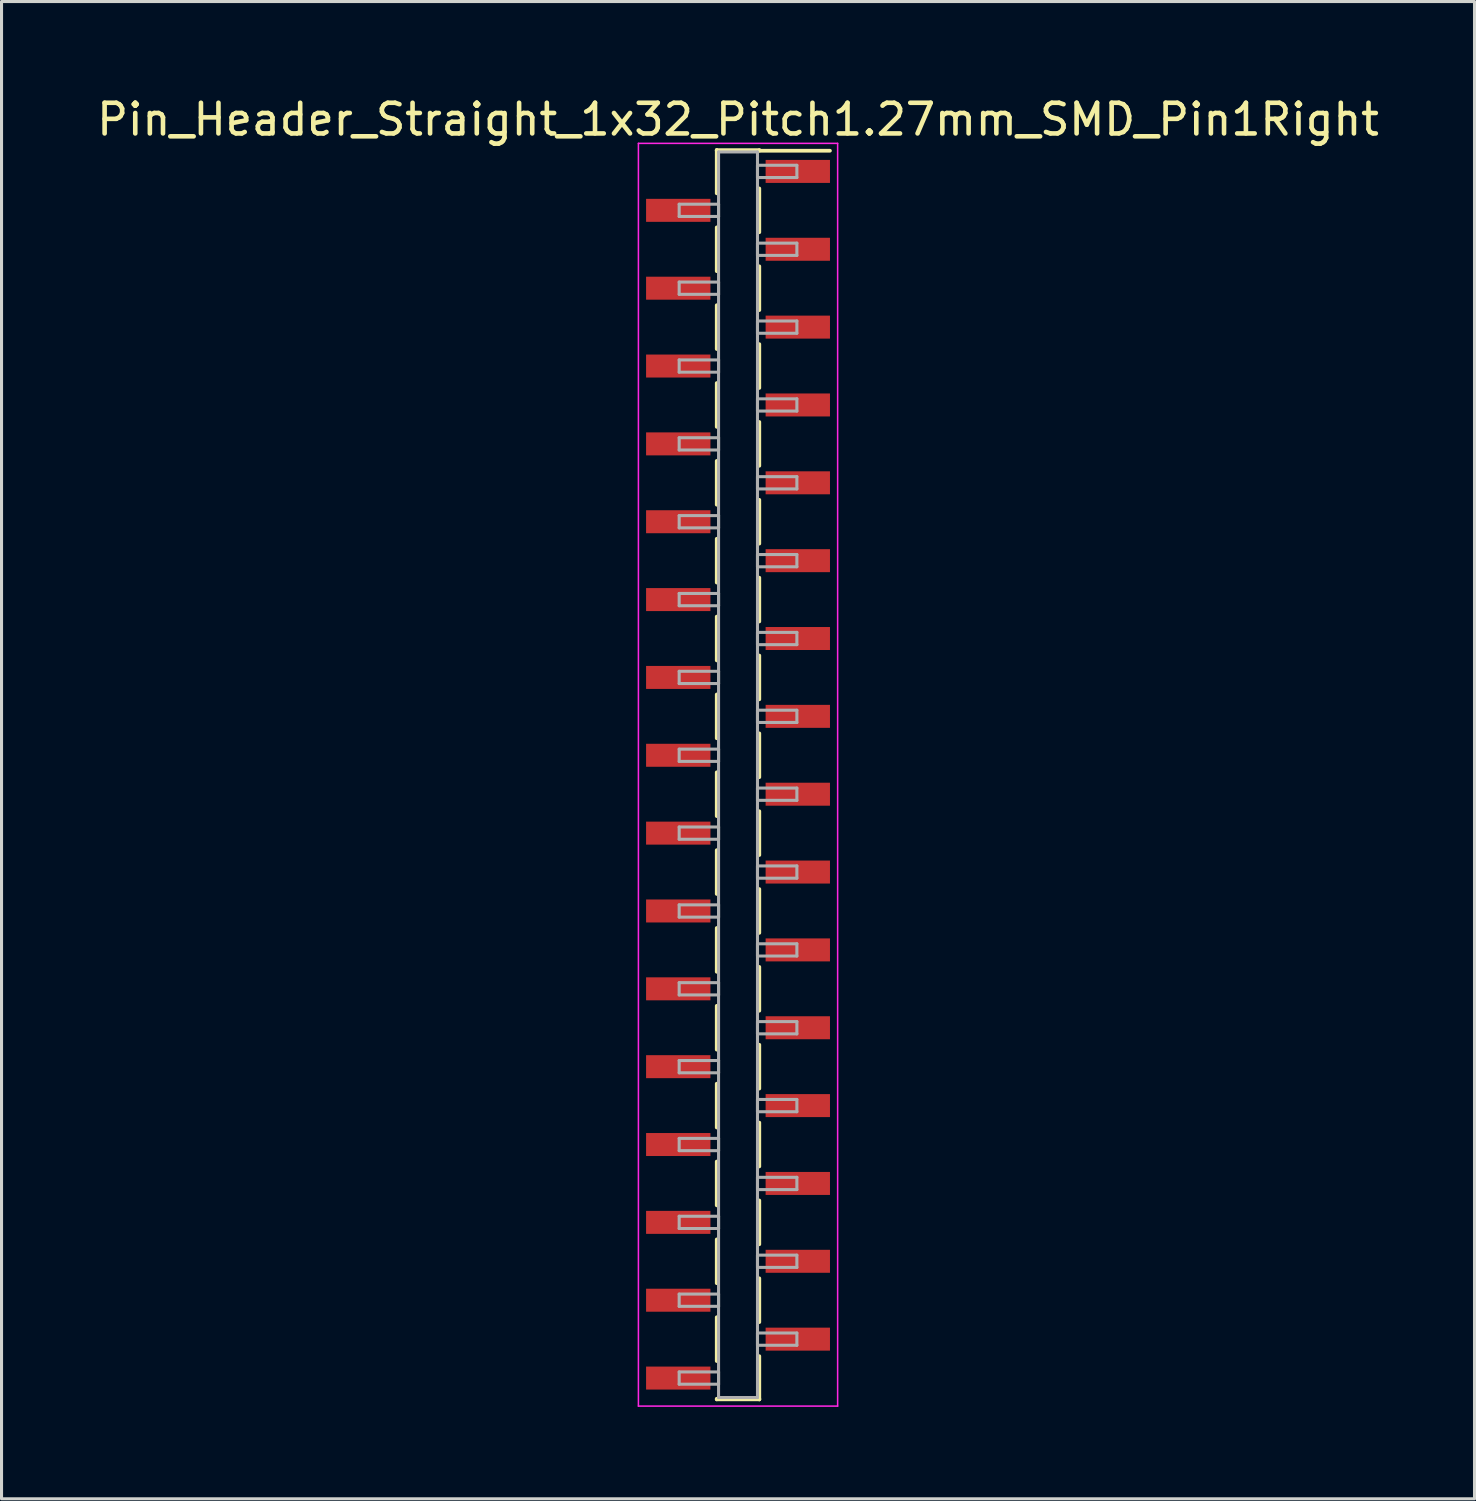
<source format=kicad_pcb>
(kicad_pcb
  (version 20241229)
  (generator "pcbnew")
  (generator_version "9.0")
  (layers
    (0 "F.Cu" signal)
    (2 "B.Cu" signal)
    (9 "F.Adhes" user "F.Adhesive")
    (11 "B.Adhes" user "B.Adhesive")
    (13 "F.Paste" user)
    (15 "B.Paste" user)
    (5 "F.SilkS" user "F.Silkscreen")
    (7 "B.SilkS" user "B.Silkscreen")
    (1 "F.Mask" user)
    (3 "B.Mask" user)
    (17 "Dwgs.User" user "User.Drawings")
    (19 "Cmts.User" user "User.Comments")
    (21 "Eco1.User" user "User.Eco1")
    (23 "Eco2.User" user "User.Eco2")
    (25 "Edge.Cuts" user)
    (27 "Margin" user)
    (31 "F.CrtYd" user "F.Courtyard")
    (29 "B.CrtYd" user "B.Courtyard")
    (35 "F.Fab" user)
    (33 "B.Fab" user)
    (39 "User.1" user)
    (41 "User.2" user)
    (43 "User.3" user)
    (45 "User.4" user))
  (footprint "Pin_Header_Straight_1x32_Pitch1.27mm_SMD_Pin1Right"
    (layer "F.Cu")
    (at 21.03 22.228)
    (property "Reference" "Pin_Header_Straight_1x32_Pitch1.27mm_SMD_Pin1Right" (at 0 -21.38 0) (layer "F.SilkS") (effects (font (size 1 1) (thickness 0.15))))
    (attr smd)
    (fp_line (start -0.695 -20.38) (end -0.695 -18.97) (stroke (width 0.12) (type solid)) (layer "F.SilkS"))
    (fp_line (start -0.695 -20.38) (end 0.695 -20.38) (stroke (width 0.12) (type solid)) (layer "F.SilkS"))
    (fp_line (start -0.695 -20.36) (end -0.695 -20.38) (stroke (width 0.12) (type solid)) (layer "F.SilkS"))
    (fp_line (start -0.695 -17.86) (end -0.695 -16.43) (stroke (width 0.12) (type solid)) (layer "F.SilkS"))
    (fp_line (start -0.695 -15.32) (end -0.695 -13.89) (stroke (width 0.12) (type solid)) (layer "F.SilkS"))
    (fp_line (start -0.695 -12.78) (end -0.695 -11.35) (stroke (width 0.12) (type solid)) (layer "F.SilkS"))
    (fp_line (start -0.695 -10.24) (end -0.695 -8.81) (stroke (width 0.12) (type solid)) (layer "F.SilkS"))
    (fp_line (start -0.695 -7.7) (end -0.695 -6.27) (stroke (width 0.12) (type solid)) (layer "F.SilkS"))
    (fp_line (start -0.695 -5.16) (end -0.695 -3.73) (stroke (width 0.12) (type solid)) (layer "F.SilkS"))
    (fp_line (start -0.695 -2.62) (end -0.695 -1.19) (stroke (width 0.12) (type solid)) (layer "F.SilkS"))
    (fp_line (start -0.695 -0.08) (end -0.695 1.35) (stroke (width 0.12) (type solid)) (layer "F.SilkS"))
    (fp_line (start -0.695 2.46) (end -0.695 3.89) (stroke (width 0.12) (type solid)) (layer "F.SilkS"))
    (fp_line (start -0.695 5) (end -0.695 6.43) (stroke (width 0.12) (type solid)) (layer "F.SilkS"))
    (fp_line (start -0.695 7.54) (end -0.695 8.97) (stroke (width 0.12) (type solid)) (layer "F.SilkS"))
    (fp_line (start -0.695 10.08) (end -0.695 11.51) (stroke (width 0.12) (type solid)) (layer "F.SilkS"))
    (fp_line (start -0.695 12.62) (end -0.695 14.05) (stroke (width 0.12) (type solid)) (layer "F.SilkS"))
    (fp_line (start -0.695 15.16) (end -0.695 16.59) (stroke (width 0.12) (type solid)) (layer "F.SilkS"))
    (fp_line (start -0.695 17.7) (end -0.695 19.13) (stroke (width 0.12) (type solid)) (layer "F.SilkS"))
    (fp_line (start -0.695 20.36) (end -0.695 20.38) (stroke (width 0.12) (type solid)) (layer "F.SilkS"))
    (fp_line (start -0.695 20.38) (end 0.695 20.38) (stroke (width 0.12) (type solid)) (layer "F.SilkS"))
    (fp_line (start 0.695 -20.38) (end 0.695 -20.36) (stroke (width 0.12) (type solid)) (layer "F.SilkS"))
    (fp_line (start 0.695 -20.36) (end 3 -20.36) (stroke (width 0.12) (type solid)) (layer "F.SilkS"))
    (fp_line (start 0.695 -19.13) (end 0.695 -17.7) (stroke (width 0.12) (type solid)) (layer "F.SilkS"))
    (fp_line (start 0.695 -16.59) (end 0.695 -15.16) (stroke (width 0.12) (type solid)) (layer "F.SilkS"))
    (fp_line (start 0.695 -14.05) (end 0.695 -12.62) (stroke (width 0.12) (type solid)) (layer "F.SilkS"))
    (fp_line (start 0.695 -11.51) (end 0.695 -10.08) (stroke (width 0.12) (type solid)) (layer "F.SilkS"))
    (fp_line (start 0.695 -8.97) (end 0.695 -7.54) (stroke (width 0.12) (type solid)) (layer "F.SilkS"))
    (fp_line (start 0.695 -6.43) (end 0.695 -5) (stroke (width 0.12) (type solid)) (layer "F.SilkS"))
    (fp_line (start 0.695 -3.89) (end 0.695 -2.46) (stroke (width 0.12) (type solid)) (layer "F.SilkS"))
    (fp_line (start 0.695 -1.35) (end 0.695 0.08) (stroke (width 0.12) (type solid)) (layer "F.SilkS"))
    (fp_line (start 0.695 1.19) (end 0.695 2.62) (stroke (width 0.12) (type solid)) (layer "F.SilkS"))
    (fp_line (start 0.695 3.73) (end 0.695 5.16) (stroke (width 0.12) (type solid)) (layer "F.SilkS"))
    (fp_line (start 0.695 6.27) (end 0.695 7.7) (stroke (width 0.12) (type solid)) (layer "F.SilkS"))
    (fp_line (start 0.695 8.81) (end 0.695 10.24) (stroke (width 0.12) (type solid)) (layer "F.SilkS"))
    (fp_line (start 0.695 11.35) (end 0.695 12.78) (stroke (width 0.12) (type solid)) (layer "F.SilkS"))
    (fp_line (start 0.695 13.89) (end 0.695 15.32) (stroke (width 0.12) (type solid)) (layer "F.SilkS"))
    (fp_line (start 0.695 16.43) (end 0.695 17.86) (stroke (width 0.12) (type solid)) (layer "F.SilkS"))
    (fp_line (start 0.695 18.97) (end 0.695 20.38) (stroke (width 0.12) (type solid)) (layer "F.SilkS"))
    (fp_line (start 0.695 20.38) (end 0.695 20.36) (stroke (width 0.12) (type solid)) (layer "F.SilkS"))
    (fp_line (start -3.25 -20.6) (end -3.25 20.6) (stroke (width 0.05) (type solid)) (layer "F.CrtYd"))
    (fp_line (start -3.25 20.6) (end 3.25 20.6) (stroke (width 0.05) (type solid)) (layer "F.CrtYd"))
    (fp_line (start 3.25 -20.6) (end -3.25 -20.6) (stroke (width 0.05) (type solid)) (layer "F.CrtYd"))
    (fp_line (start 3.25 20.6) (end 3.25 -20.6) (stroke (width 0.05) (type solid)) (layer "F.CrtYd"))
    (fp_line (start -1.92 -18.615) (end -0.635 -18.615) (stroke (width 0.1) (type solid)) (layer "F.Fab"))
    (fp_line (start -1.92 -18.215) (end -1.92 -18.615) (stroke (width 0.1) (type solid)) (layer "F.Fab"))
    (fp_line (start -1.92 -16.075) (end -0.635 -16.075) (stroke (width 0.1) (type solid)) (layer "F.Fab"))
    (fp_line (start -1.92 -15.675) (end -1.92 -16.075) (stroke (width 0.1) (type solid)) (layer "F.Fab"))
    (fp_line (start -1.92 -13.535) (end -0.635 -13.535) (stroke (width 0.1) (type solid)) (layer "F.Fab"))
    (fp_line (start -1.92 -13.135) (end -1.92 -13.535) (stroke (width 0.1) (type solid)) (layer "F.Fab"))
    (fp_line (start -1.92 -10.995) (end -0.635 -10.995) (stroke (width 0.1) (type solid)) (layer "F.Fab"))
    (fp_line (start -1.92 -10.595) (end -1.92 -10.995) (stroke (width 0.1) (type solid)) (layer "F.Fab"))
    (fp_line (start -1.92 -8.455) (end -0.635 -8.455) (stroke (width 0.1) (type solid)) (layer "F.Fab"))
    (fp_line (start -1.92 -8.055) (end -1.92 -8.455) (stroke (width 0.1) (type solid)) (layer "F.Fab"))
    (fp_line (start -1.92 -5.915) (end -0.635 -5.915) (stroke (width 0.1) (type solid)) (layer "F.Fab"))
    (fp_line (start -1.92 -5.515) (end -1.92 -5.915) (stroke (width 0.1) (type solid)) (layer "F.Fab"))
    (fp_line (start -1.92 -3.375) (end -0.635 -3.375) (stroke (width 0.1) (type solid)) (layer "F.Fab"))
    (fp_line (start -1.92 -2.975) (end -1.92 -3.375) (stroke (width 0.1) (type solid)) (layer "F.Fab"))
    (fp_line (start -1.92 -0.835) (end -0.635 -0.835) (stroke (width 0.1) (type solid)) (layer "F.Fab"))
    (fp_line (start -1.92 -0.435) (end -1.92 -0.835) (stroke (width 0.1) (type solid)) (layer "F.Fab"))
    (fp_line (start -1.92 1.705) (end -0.635 1.705) (stroke (width 0.1) (type solid)) (layer "F.Fab"))
    (fp_line (start -1.92 2.105) (end -1.92 1.705) (stroke (width 0.1) (type solid)) (layer "F.Fab"))
    (fp_line (start -1.92 4.245) (end -0.635 4.245) (stroke (width 0.1) (type solid)) (layer "F.Fab"))
    (fp_line (start -1.92 4.645) (end -1.92 4.245) (stroke (width 0.1) (type solid)) (layer "F.Fab"))
    (fp_line (start -1.92 6.785) (end -0.635 6.785) (stroke (width 0.1) (type solid)) (layer "F.Fab"))
    (fp_line (start -1.92 7.185) (end -1.92 6.785) (stroke (width 0.1) (type solid)) (layer "F.Fab"))
    (fp_line (start -1.92 9.325) (end -0.635 9.325) (stroke (width 0.1) (type solid)) (layer "F.Fab"))
    (fp_line (start -1.92 9.725) (end -1.92 9.325) (stroke (width 0.1) (type solid)) (layer "F.Fab"))
    (fp_line (start -1.92 11.865) (end -0.635 11.865) (stroke (width 0.1) (type solid)) (layer "F.Fab"))
    (fp_line (start -1.92 12.265) (end -1.92 11.865) (stroke (width 0.1) (type solid)) (layer "F.Fab"))
    (fp_line (start -1.92 14.405) (end -0.635 14.405) (stroke (width 0.1) (type solid)) (layer "F.Fab"))
    (fp_line (start -1.92 14.805) (end -1.92 14.405) (stroke (width 0.1) (type solid)) (layer "F.Fab"))
    (fp_line (start -1.92 16.945) (end -0.635 16.945) (stroke (width 0.1) (type solid)) (layer "F.Fab"))
    (fp_line (start -1.92 17.345) (end -1.92 16.945) (stroke (width 0.1) (type solid)) (layer "F.Fab"))
    (fp_line (start -1.92 19.485) (end -0.635 19.485) (stroke (width 0.1) (type solid)) (layer "F.Fab"))
    (fp_line (start -1.92 19.885) (end -1.92 19.485) (stroke (width 0.1) (type solid)) (layer "F.Fab"))
    (fp_line (start -0.635 -20.32) (end -0.635 20.32) (stroke (width 0.1) (type solid)) (layer "F.Fab"))
    (fp_line (start -0.635 -18.615) (end -0.635 -18.215) (stroke (width 0.1) (type solid)) (layer "F.Fab"))
    (fp_line (start -0.635 -18.215) (end -1.92 -18.215) (stroke (width 0.1) (type solid)) (layer "F.Fab"))
    (fp_line (start -0.635 -16.075) (end -0.635 -15.675) (stroke (width 0.1) (type solid)) (layer "F.Fab"))
    (fp_line (start -0.635 -15.675) (end -1.92 -15.675) (stroke (width 0.1) (type solid)) (layer "F.Fab"))
    (fp_line (start -0.635 -13.535) (end -0.635 -13.135) (stroke (width 0.1) (type solid)) (layer "F.Fab"))
    (fp_line (start -0.635 -13.135) (end -1.92 -13.135) (stroke (width 0.1) (type solid)) (layer "F.Fab"))
    (fp_line (start -0.635 -10.995) (end -0.635 -10.595) (stroke (width 0.1) (type solid)) (layer "F.Fab"))
    (fp_line (start -0.635 -10.595) (end -1.92 -10.595) (stroke (width 0.1) (type solid)) (layer "F.Fab"))
    (fp_line (start -0.635 -8.455) (end -0.635 -8.055) (stroke (width 0.1) (type solid)) (layer "F.Fab"))
    (fp_line (start -0.635 -8.055) (end -1.92 -8.055) (stroke (width 0.1) (type solid)) (layer "F.Fab"))
    (fp_line (start -0.635 -5.915) (end -0.635 -5.515) (stroke (width 0.1) (type solid)) (layer "F.Fab"))
    (fp_line (start -0.635 -5.515) (end -1.92 -5.515) (stroke (width 0.1) (type solid)) (layer "F.Fab"))
    (fp_line (start -0.635 -3.375) (end -0.635 -2.975) (stroke (width 0.1) (type solid)) (layer "F.Fab"))
    (fp_line (start -0.635 -2.975) (end -1.92 -2.975) (stroke (width 0.1) (type solid)) (layer "F.Fab"))
    (fp_line (start -0.635 -0.835) (end -0.635 -0.435) (stroke (width 0.1) (type solid)) (layer "F.Fab"))
    (fp_line (start -0.635 -0.435) (end -1.92 -0.435) (stroke (width 0.1) (type solid)) (layer "F.Fab"))
    (fp_line (start -0.635 1.705) (end -0.635 2.105) (stroke (width 0.1) (type solid)) (layer "F.Fab"))
    (fp_line (start -0.635 2.105) (end -1.92 2.105) (stroke (width 0.1) (type solid)) (layer "F.Fab"))
    (fp_line (start -0.635 4.245) (end -0.635 4.645) (stroke (width 0.1) (type solid)) (layer "F.Fab"))
    (fp_line (start -0.635 4.645) (end -1.92 4.645) (stroke (width 0.1) (type solid)) (layer "F.Fab"))
    (fp_line (start -0.635 6.785) (end -0.635 7.185) (stroke (width 0.1) (type solid)) (layer "F.Fab"))
    (fp_line (start -0.635 7.185) (end -1.92 7.185) (stroke (width 0.1) (type solid)) (layer "F.Fab"))
    (fp_line (start -0.635 9.325) (end -0.635 9.725) (stroke (width 0.1) (type solid)) (layer "F.Fab"))
    (fp_line (start -0.635 9.725) (end -1.92 9.725) (stroke (width 0.1) (type solid)) (layer "F.Fab"))
    (fp_line (start -0.635 11.865) (end -0.635 12.265) (stroke (width 0.1) (type solid)) (layer "F.Fab"))
    (fp_line (start -0.635 12.265) (end -1.92 12.265) (stroke (width 0.1) (type solid)) (layer "F.Fab"))
    (fp_line (start -0.635 14.405) (end -0.635 14.805) (stroke (width 0.1) (type solid)) (layer "F.Fab"))
    (fp_line (start -0.635 14.805) (end -1.92 14.805) (stroke (width 0.1) (type solid)) (layer "F.Fab"))
    (fp_line (start -0.635 16.945) (end -0.635 17.345) (stroke (width 0.1) (type solid)) (layer "F.Fab"))
    (fp_line (start -0.635 17.345) (end -1.92 17.345) (stroke (width 0.1) (type solid)) (layer "F.Fab"))
    (fp_line (start -0.635 19.485) (end -0.635 19.885) (stroke (width 0.1) (type solid)) (layer "F.Fab"))
    (fp_line (start -0.635 19.885) (end -1.92 19.885) (stroke (width 0.1) (type solid)) (layer "F.Fab"))
    (fp_line (start -0.635 20.32) (end 0.635 20.32) (stroke (width 0.1) (type solid)) (layer "F.Fab"))
    (fp_line (start 0.635 -20.32) (end -0.635 -20.32) (stroke (width 0.1) (type solid)) (layer "F.Fab"))
    (fp_line (start 0.635 -19.885) (end 0.635 -19.485) (stroke (width 0.1) (type solid)) (layer "F.Fab"))
    (fp_line (start 0.635 -19.485) (end 1.92 -19.485) (stroke (width 0.1) (type solid)) (layer "F.Fab"))
    (fp_line (start 0.635 -17.345) (end 0.635 -16.945) (stroke (width 0.1) (type solid)) (layer "F.Fab"))
    (fp_line (start 0.635 -16.945) (end 1.92 -16.945) (stroke (width 0.1) (type solid)) (layer "F.Fab"))
    (fp_line (start 0.635 -14.805) (end 0.635 -14.405) (stroke (width 0.1) (type solid)) (layer "F.Fab"))
    (fp_line (start 0.635 -14.405) (end 1.92 -14.405) (stroke (width 0.1) (type solid)) (layer "F.Fab"))
    (fp_line (start 0.635 -12.265) (end 0.635 -11.865) (stroke (width 0.1) (type solid)) (layer "F.Fab"))
    (fp_line (start 0.635 -11.865) (end 1.92 -11.865) (stroke (width 0.1) (type solid)) (layer "F.Fab"))
    (fp_line (start 0.635 -9.725) (end 0.635 -9.325) (stroke (width 0.1) (type solid)) (layer "F.Fab"))
    (fp_line (start 0.635 -9.325) (end 1.92 -9.325) (stroke (width 0.1) (type solid)) (layer "F.Fab"))
    (fp_line (start 0.635 -7.185) (end 0.635 -6.785) (stroke (width 0.1) (type solid)) (layer "F.Fab"))
    (fp_line (start 0.635 -6.785) (end 1.92 -6.785) (stroke (width 0.1) (type solid)) (layer "F.Fab"))
    (fp_line (start 0.635 -4.645) (end 0.635 -4.245) (stroke (width 0.1) (type solid)) (layer "F.Fab"))
    (fp_line (start 0.635 -4.245) (end 1.92 -4.245) (stroke (width 0.1) (type solid)) (layer "F.Fab"))
    (fp_line (start 0.635 -2.105) (end 0.635 -1.705) (stroke (width 0.1) (type solid)) (layer "F.Fab"))
    (fp_line (start 0.635 -1.705) (end 1.92 -1.705) (stroke (width 0.1) (type solid)) (layer "F.Fab"))
    (fp_line (start 0.635 0.435) (end 0.635 0.835) (stroke (width 0.1) (type solid)) (layer "F.Fab"))
    (fp_line (start 0.635 0.835) (end 1.92 0.835) (stroke (width 0.1) (type solid)) (layer "F.Fab"))
    (fp_line (start 0.635 2.975) (end 0.635 3.375) (stroke (width 0.1) (type solid)) (layer "F.Fab"))
    (fp_line (start 0.635 3.375) (end 1.92 3.375) (stroke (width 0.1) (type solid)) (layer "F.Fab"))
    (fp_line (start 0.635 5.515) (end 0.635 5.915) (stroke (width 0.1) (type solid)) (layer "F.Fab"))
    (fp_line (start 0.635 5.915) (end 1.92 5.915) (stroke (width 0.1) (type solid)) (layer "F.Fab"))
    (fp_line (start 0.635 8.055) (end 0.635 8.455) (stroke (width 0.1) (type solid)) (layer "F.Fab"))
    (fp_line (start 0.635 8.455) (end 1.92 8.455) (stroke (width 0.1) (type solid)) (layer "F.Fab"))
    (fp_line (start 0.635 10.595) (end 0.635 10.995) (stroke (width 0.1) (type solid)) (layer "F.Fab"))
    (fp_line (start 0.635 10.995) (end 1.92 10.995) (stroke (width 0.1) (type solid)) (layer "F.Fab"))
    (fp_line (start 0.635 13.135) (end 0.635 13.535) (stroke (width 0.1) (type solid)) (layer "F.Fab"))
    (fp_line (start 0.635 13.535) (end 1.92 13.535) (stroke (width 0.1) (type solid)) (layer "F.Fab"))
    (fp_line (start 0.635 15.675) (end 0.635 16.075) (stroke (width 0.1) (type solid)) (layer "F.Fab"))
    (fp_line (start 0.635 16.075) (end 1.92 16.075) (stroke (width 0.1) (type solid)) (layer "F.Fab"))
    (fp_line (start 0.635 18.215) (end 0.635 18.615) (stroke (width 0.1) (type solid)) (layer "F.Fab"))
    (fp_line (start 0.635 18.615) (end 1.92 18.615) (stroke (width 0.1) (type solid)) (layer "F.Fab"))
    (fp_line (start 0.635 20.32) (end 0.635 -20.32) (stroke (width 0.1) (type solid)) (layer "F.Fab"))
    (fp_line (start 1.92 -19.885) (end 0.635 -19.885) (stroke (width 0.1) (type solid)) (layer "F.Fab"))
    (fp_line (start 1.92 -19.485) (end 1.92 -19.885) (stroke (width 0.1) (type solid)) (layer "F.Fab"))
    (fp_line (start 1.92 -17.345) (end 0.635 -17.345) (stroke (width 0.1) (type solid)) (layer "F.Fab"))
    (fp_line (start 1.92 -16.945) (end 1.92 -17.345) (stroke (width 0.1) (type solid)) (layer "F.Fab"))
    (fp_line (start 1.92 -14.805) (end 0.635 -14.805) (stroke (width 0.1) (type solid)) (layer "F.Fab"))
    (fp_line (start 1.92 -14.405) (end 1.92 -14.805) (stroke (width 0.1) (type solid)) (layer "F.Fab"))
    (fp_line (start 1.92 -12.265) (end 0.635 -12.265) (stroke (width 0.1) (type solid)) (layer "F.Fab"))
    (fp_line (start 1.92 -11.865) (end 1.92 -12.265) (stroke (width 0.1) (type solid)) (layer "F.Fab"))
    (fp_line (start 1.92 -9.725) (end 0.635 -9.725) (stroke (width 0.1) (type solid)) (layer "F.Fab"))
    (fp_line (start 1.92 -9.325) (end 1.92 -9.725) (stroke (width 0.1) (type solid)) (layer "F.Fab"))
    (fp_line (start 1.92 -7.185) (end 0.635 -7.185) (stroke (width 0.1) (type solid)) (layer "F.Fab"))
    (fp_line (start 1.92 -6.785) (end 1.92 -7.185) (stroke (width 0.1) (type solid)) (layer "F.Fab"))
    (fp_line (start 1.92 -4.645) (end 0.635 -4.645) (stroke (width 0.1) (type solid)) (layer "F.Fab"))
    (fp_line (start 1.92 -4.245) (end 1.92 -4.645) (stroke (width 0.1) (type solid)) (layer "F.Fab"))
    (fp_line (start 1.92 -2.105) (end 0.635 -2.105) (stroke (width 0.1) (type solid)) (layer "F.Fab"))
    (fp_line (start 1.92 -1.705) (end 1.92 -2.105) (stroke (width 0.1) (type solid)) (layer "F.Fab"))
    (fp_line (start 1.92 0.435) (end 0.635 0.435) (stroke (width 0.1) (type solid)) (layer "F.Fab"))
    (fp_line (start 1.92 0.835) (end 1.92 0.435) (stroke (width 0.1) (type solid)) (layer "F.Fab"))
    (fp_line (start 1.92 2.975) (end 0.635 2.975) (stroke (width 0.1) (type solid)) (layer "F.Fab"))
    (fp_line (start 1.92 3.375) (end 1.92 2.975) (stroke (width 0.1) (type solid)) (layer "F.Fab"))
    (fp_line (start 1.92 5.515) (end 0.635 5.515) (stroke (width 0.1) (type solid)) (layer "F.Fab"))
    (fp_line (start 1.92 5.915) (end 1.92 5.515) (stroke (width 0.1) (type solid)) (layer "F.Fab"))
    (fp_line (start 1.92 8.055) (end 0.635 8.055) (stroke (width 0.1) (type solid)) (layer "F.Fab"))
    (fp_line (start 1.92 8.455) (end 1.92 8.055) (stroke (width 0.1) (type solid)) (layer "F.Fab"))
    (fp_line (start 1.92 10.595) (end 0.635 10.595) (stroke (width 0.1) (type solid)) (layer "F.Fab"))
    (fp_line (start 1.92 10.995) (end 1.92 10.595) (stroke (width 0.1) (type solid)) (layer "F.Fab"))
    (fp_line (start 1.92 13.135) (end 0.635 13.135) (stroke (width 0.1) (type solid)) (layer "F.Fab"))
    (fp_line (start 1.92 13.535) (end 1.92 13.135) (stroke (width 0.1) (type solid)) (layer "F.Fab"))
    (fp_line (start 1.92 15.675) (end 0.635 15.675) (stroke (width 0.1) (type solid)) (layer "F.Fab"))
    (fp_line (start 1.92 16.075) (end 1.92 15.675) (stroke (width 0.1) (type solid)) (layer "F.Fab"))
    (fp_line (start 1.92 18.215) (end 0.635 18.215) (stroke (width 0.1) (type solid)) (layer "F.Fab"))
    (fp_line (start 1.92 18.615) (end 1.92 18.215) (stroke (width 0.1) (type solid)) (layer "F.Fab"))
    (pad "1" smd rect (at 1.95 -19.685) (size 2.1 0.75) (layers "F.Cu" "F.Mask"))
    (pad "2" smd rect (at -1.95 -18.415) (size 2.1 0.75) (layers "F.Cu" "F.Mask"))
    (pad "3" smd rect (at 1.95 -17.145) (size 2.1 0.75) (layers "F.Cu" "F.Mask"))
    (pad "4" smd rect (at -1.95 -15.875) (size 2.1 0.75) (layers "F.Cu" "F.Mask"))
    (pad "5" smd rect (at 1.95 -14.605) (size 2.1 0.75) (layers "F.Cu" "F.Mask"))
    (pad "6" smd rect (at -1.95 -13.335) (size 2.1 0.75) (layers "F.Cu" "F.Mask"))
    (pad "7" smd rect (at 1.95 -12.065) (size 2.1 0.75) (layers "F.Cu" "F.Mask"))
    (pad "8" smd rect (at -1.95 -10.795) (size 2.1 0.75) (layers "F.Cu" "F.Mask"))
    (pad "9" smd rect (at 1.95 -9.525) (size 2.1 0.75) (layers "F.Cu" "F.Mask"))
    (pad "10" smd rect (at -1.95 -8.255) (size 2.1 0.75) (layers "F.Cu" "F.Mask"))
    (pad "11" smd rect (at 1.95 -6.985) (size 2.1 0.75) (layers "F.Cu" "F.Mask"))
    (pad "12" smd rect (at -1.95 -5.715) (size 2.1 0.75) (layers "F.Cu" "F.Mask"))
    (pad "13" smd rect (at 1.95 -4.445) (size 2.1 0.75) (layers "F.Cu" "F.Mask"))
    (pad "14" smd rect (at -1.95 -3.175) (size 2.1 0.75) (layers "F.Cu" "F.Mask"))
    (pad "15" smd rect (at 1.95 -1.905) (size 2.1 0.75) (layers "F.Cu" "F.Mask"))
    (pad "16" smd rect (at -1.95 -0.635) (size 2.1 0.75) (layers "F.Cu" "F.Mask"))
    (pad "17" smd rect (at 1.95 0.635) (size 2.1 0.75) (layers "F.Cu" "F.Mask"))
    (pad "18" smd rect (at -1.95 1.905) (size 2.1 0.75) (layers "F.Cu" "F.Mask"))
    (pad "19" smd rect (at 1.95 3.175) (size 2.1 0.75) (layers "F.Cu" "F.Mask"))
    (pad "20" smd rect (at -1.95 4.445) (size 2.1 0.75) (layers "F.Cu" "F.Mask"))
    (pad "21" smd rect (at 1.95 5.715) (size 2.1 0.75) (layers "F.Cu" "F.Mask"))
    (pad "22" smd rect (at -1.95 6.985) (size 2.1 0.75) (layers "F.Cu" "F.Mask"))
    (pad "23" smd rect (at 1.95 8.255) (size 2.1 0.75) (layers "F.Cu" "F.Mask"))
    (pad "24" smd rect (at -1.95 9.525) (size 2.1 0.75) (layers "F.Cu" "F.Mask"))
    (pad "25" smd rect (at 1.95 10.795) (size 2.1 0.75) (layers "F.Cu" "F.Mask"))
    (pad "26" smd rect (at -1.95 12.065) (size 2.1 0.75) (layers "F.Cu" "F.Mask"))
    (pad "27" smd rect (at 1.95 13.335) (size 2.1 0.75) (layers "F.Cu" "F.Mask"))
    (pad "28" smd rect (at -1.95 14.605) (size 2.1 0.75) (layers "F.Cu" "F.Mask"))
    (pad "29" smd rect (at 1.95 15.875) (size 2.1 0.75) (layers "F.Cu" "F.Mask"))
    (pad "30" smd rect (at -1.95 17.145) (size 2.1 0.75) (layers "F.Cu" "F.Mask"))
    (pad "31" smd rect (at 1.95 18.415) (size 2.1 0.75) (layers "F.Cu" "F.Mask"))
    (pad "32" smd rect (at -1.95 19.685) (size 2.1 0.75) (layers "F.Cu" "F.Mask")))
  (gr_rect
    (start -3 -3)
    (end 45.06 45.853)
    (stroke (width 0.1) (type default))
    (fill no)
    (layer "Edge.Cuts")))
</source>
